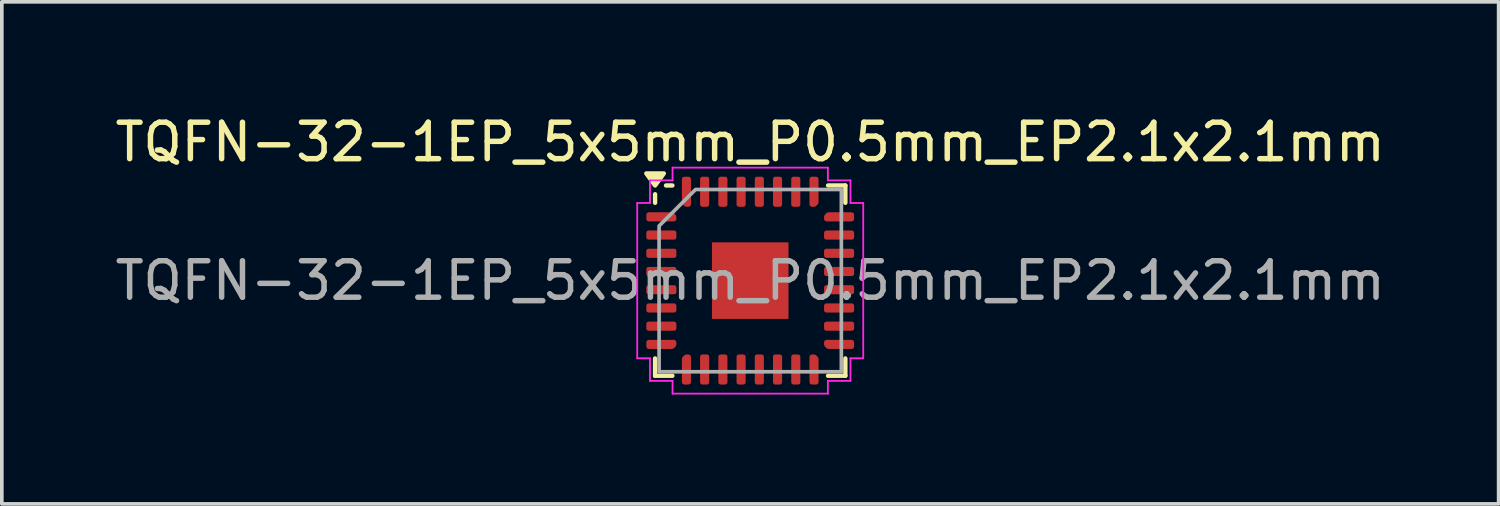
<source format=kicad_pcb>
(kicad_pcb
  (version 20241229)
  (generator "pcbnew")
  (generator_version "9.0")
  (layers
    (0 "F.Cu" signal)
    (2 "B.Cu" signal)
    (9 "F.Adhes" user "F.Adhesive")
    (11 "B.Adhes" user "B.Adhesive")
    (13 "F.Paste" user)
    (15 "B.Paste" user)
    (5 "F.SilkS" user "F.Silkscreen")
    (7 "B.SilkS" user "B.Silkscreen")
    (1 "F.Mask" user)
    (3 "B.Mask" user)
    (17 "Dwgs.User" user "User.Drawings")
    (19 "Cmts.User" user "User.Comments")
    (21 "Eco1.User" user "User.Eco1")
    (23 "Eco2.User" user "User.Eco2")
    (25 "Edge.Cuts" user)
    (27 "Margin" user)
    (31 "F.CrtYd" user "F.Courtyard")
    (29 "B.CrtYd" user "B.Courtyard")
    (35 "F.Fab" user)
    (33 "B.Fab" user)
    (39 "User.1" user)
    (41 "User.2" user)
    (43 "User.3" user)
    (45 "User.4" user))
  (footprint "TQFN-32-1EP_5x5mm_P0.5mm_EP2.1x2.1mm"
    (layer "F.Cu")
    (at 17.53 4.648)
    (property "Reference" "TQFN-32-1EP_5x5mm_P0.5mm_EP2.1x2.1mm" (at 0 -3.8 0) (layer "F.SilkS") (effects (font (size 1 1) (thickness 0.15))))
    (attr smd)
    (fp_line (start -2.61 -2.135) (end -2.61 -2.37) (stroke (width 0.12) (type solid)) (layer "F.SilkS"))
    (fp_line (start -2.61 2.61) (end -2.61 2.135) (stroke (width 0.12) (type solid)) (layer "F.SilkS"))
    (fp_line (start -2.135 -2.61) (end -2.31 -2.61) (stroke (width 0.12) (type solid)) (layer "F.SilkS"))
    (fp_line (start -2.135 2.61) (end -2.61 2.61) (stroke (width 0.12) (type solid)) (layer "F.SilkS"))
    (fp_line (start 2.135 -2.61) (end 2.61 -2.61) (stroke (width 0.12) (type solid)) (layer "F.SilkS"))
    (fp_line (start 2.135 2.61) (end 2.61 2.61) (stroke (width 0.12) (type solid)) (layer "F.SilkS"))
    (fp_line (start 2.61 -2.61) (end 2.61 -2.135) (stroke (width 0.12) (type solid)) (layer "F.SilkS"))
    (fp_line (start 2.61 2.61) (end 2.61 2.135) (stroke (width 0.12) (type solid)) (layer "F.SilkS"))
    (fp_poly (pts (xy -2.61 -2.61) (xy -2.85 -2.94) (xy -2.37 -2.94)) (stroke (width 0.12) (type solid)) (fill yes) (layer "F.SilkS"))
    (fp_line (start -3.1 -2.13) (end -2.75 -2.13) (stroke (width 0.05) (type solid)) (layer "F.CrtYd"))
    (fp_line (start -3.1 2.13) (end -3.1 -2.13) (stroke (width 0.05) (type solid)) (layer "F.CrtYd"))
    (fp_line (start -2.75 -2.75) (end -2.13 -2.75) (stroke (width 0.05) (type solid)) (layer "F.CrtYd"))
    (fp_line (start -2.75 -2.13) (end -2.75 -2.75) (stroke (width 0.05) (type solid)) (layer "F.CrtYd"))
    (fp_line (start -2.75 2.13) (end -3.1 2.13) (stroke (width 0.05) (type solid)) (layer "F.CrtYd"))
    (fp_line (start -2.75 2.75) (end -2.75 2.13) (stroke (width 0.05) (type solid)) (layer "F.CrtYd"))
    (fp_line (start -2.13 -3.1) (end 2.13 -3.1) (stroke (width 0.05) (type solid)) (layer "F.CrtYd"))
    (fp_line (start -2.13 -2.75) (end -2.13 -3.1) (stroke (width 0.05) (type solid)) (layer "F.CrtYd"))
    (fp_line (start -2.13 2.75) (end -2.75 2.75) (stroke (width 0.05) (type solid)) (layer "F.CrtYd"))
    (fp_line (start -2.13 3.1) (end -2.13 2.75) (stroke (width 0.05) (type solid)) (layer "F.CrtYd"))
    (fp_line (start 2.13 -3.1) (end 2.13 -2.75) (stroke (width 0.05) (type solid)) (layer "F.CrtYd"))
    (fp_line (start 2.13 -2.75) (end 2.75 -2.75) (stroke (width 0.05) (type solid)) (layer "F.CrtYd"))
    (fp_line (start 2.13 2.75) (end 2.13 3.1) (stroke (width 0.05) (type solid)) (layer "F.CrtYd"))
    (fp_line (start 2.13 3.1) (end -2.13 3.1) (stroke (width 0.05) (type solid)) (layer "F.CrtYd"))
    (fp_line (start 2.75 -2.75) (end 2.75 -2.13) (stroke (width 0.05) (type solid)) (layer "F.CrtYd"))
    (fp_line (start 2.75 -2.13) (end 3.1 -2.13) (stroke (width 0.05) (type solid)) (layer "F.CrtYd"))
    (fp_line (start 2.75 2.13) (end 2.75 2.75) (stroke (width 0.05) (type solid)) (layer "F.CrtYd"))
    (fp_line (start 2.75 2.75) (end 2.13 2.75) (stroke (width 0.05) (type solid)) (layer "F.CrtYd"))
    (fp_line (start 3.1 -2.13) (end 3.1 2.13) (stroke (width 0.05) (type solid)) (layer "F.CrtYd"))
    (fp_line (start 3.1 2.13) (end 2.75 2.13) (stroke (width 0.05) (type solid)) (layer "F.CrtYd"))
    (fp_poly (pts (xy -2.5 -1.5) (xy -2.5 2.5) (xy 2.5 2.5) (xy 2.5 -2.5) (xy -1.5 -2.5)) (stroke (width 0.1) (type solid)) (fill no) (layer "F.Fab"))
    (fp_text user "${REFERENCE}" (at 0 0 0) (layer "F.Fab") (effects (font (size 1 1) (thickness 0.15))))
    (pad "" smd roundrect (at -0.525 -0.525) (size 0.85 0.85) (layers "F.Paste") (roundrect_rratio 0.25))
    (pad "" smd roundrect (at -0.525 0.525) (size 0.85 0.85) (layers "F.Paste") (roundrect_rratio 0.25))
    (pad "" smd roundrect (at 0.525 -0.525) (size 0.85 0.85) (layers "F.Paste") (roundrect_rratio 0.25))
    (pad "" smd roundrect (at 0.525 0.525) (size 0.85 0.85) (layers "F.Paste") (roundrect_rratio 0.25))
    (pad "1" smd custom (at -2.438 -1.75) (size 0.186 0.186) (layers "F.Cu" "F.Mask" "F.Paste") (options (anchor circle)) (primitives (gr_poly (pts (xy -0.35 -0.062) (xy 0.297 -0.062) (xy 0.35 -0.009) (xy 0.35 0.062) (xy -0.35 0.062)) (width 0.125) (fill yes))))
    (pad "2" smd roundrect (at -2.438 -1.25) (size 0.825 0.25) (layers "F.Cu" "F.Mask" "F.Paste") (roundrect_rratio 0.25))
    (pad "3" smd roundrect (at -2.438 -0.75) (size 0.825 0.25) (layers "F.Cu" "F.Mask" "F.Paste") (roundrect_rratio 0.25))
    (pad "4" smd roundrect (at -2.438 -0.25) (size 0.825 0.25) (layers "F.Cu" "F.Mask" "F.Paste") (roundrect_rratio 0.25))
    (pad "5" smd roundrect (at -2.438 0.25) (size 0.825 0.25) (layers "F.Cu" "F.Mask" "F.Paste") (roundrect_rratio 0.25))
    (pad "6" smd roundrect (at -2.438 0.75) (size 0.825 0.25) (layers "F.Cu" "F.Mask" "F.Paste") (roundrect_rratio 0.25))
    (pad "7" smd roundrect (at -2.438 1.25) (size 0.825 0.25) (layers "F.Cu" "F.Mask" "F.Paste") (roundrect_rratio 0.25))
    (pad "8" smd custom (at -2.438 1.75) (size 0.186 0.186) (layers "F.Cu" "F.Mask" "F.Paste") (options (anchor circle)) (primitives (gr_poly (pts (xy -0.35 -0.062) (xy 0.35 -0.062) (xy 0.35 0.009) (xy 0.297 0.062) (xy -0.35 0.062)) (width 0.125) (fill yes))))
    (pad "9" smd custom (at -1.75 2.438) (size 0.186 0.186) (layers "F.Cu" "F.Mask" "F.Paste") (options (anchor circle)) (primitives (gr_poly (pts (xy -0.062 -0.297) (xy -0.009 -0.35) (xy 0.062 -0.35) (xy 0.062 0.35) (xy -0.062 0.35)) (width 0.125) (fill yes))))
    (pad "10" smd roundrect (at -1.25 2.438) (size 0.25 0.825) (layers "F.Cu" "F.Mask" "F.Paste") (roundrect_rratio 0.25))
    (pad "11" smd roundrect (at -0.75 2.438) (size 0.25 0.825) (layers "F.Cu" "F.Mask" "F.Paste") (roundrect_rratio 0.25))
    (pad "12" smd roundrect (at -0.25 2.438) (size 0.25 0.825) (layers "F.Cu" "F.Mask" "F.Paste") (roundrect_rratio 0.25))
    (pad "13" smd roundrect (at 0.25 2.438) (size 0.25 0.825) (layers "F.Cu" "F.Mask" "F.Paste") (roundrect_rratio 0.25))
    (pad "14" smd roundrect (at 0.75 2.438) (size 0.25 0.825) (layers "F.Cu" "F.Mask" "F.Paste") (roundrect_rratio 0.25))
    (pad "15" smd roundrect (at 1.25 2.438) (size 0.25 0.825) (layers "F.Cu" "F.Mask" "F.Paste") (roundrect_rratio 0.25))
    (pad "16" smd custom (at 1.75 2.438) (size 0.186 0.186) (layers "F.Cu" "F.Mask" "F.Paste") (options (anchor circle)) (primitives (gr_poly (pts (xy -0.062 -0.35) (xy 0.009 -0.35) (xy 0.062 -0.297) (xy 0.062 0.35) (xy -0.062 0.35)) (width 0.125) (fill yes))))
    (pad "17" smd custom (at 2.438 1.75) (size 0.186 0.186) (layers "F.Cu" "F.Mask" "F.Paste") (options (anchor circle)) (primitives (gr_poly (pts (xy -0.35 -0.062) (xy 0.35 -0.062) (xy 0.35 0.062) (xy -0.297 0.062) (xy -0.35 0.009)) (width 0.125) (fill yes))))
    (pad "18" smd roundrect (at 2.438 1.25) (size 0.825 0.25) (layers "F.Cu" "F.Mask" "F.Paste") (roundrect_rratio 0.25))
    (pad "19" smd roundrect (at 2.438 0.75) (size 0.825 0.25) (layers "F.Cu" "F.Mask" "F.Paste") (roundrect_rratio 0.25))
    (pad "20" smd roundrect (at 2.438 0.25) (size 0.825 0.25) (layers "F.Cu" "F.Mask" "F.Paste") (roundrect_rratio 0.25))
    (pad "21" smd roundrect (at 2.438 -0.25) (size 0.825 0.25) (layers "F.Cu" "F.Mask" "F.Paste") (roundrect_rratio 0.25))
    (pad "22" smd roundrect (at 2.438 -0.75) (size 0.825 0.25) (layers "F.Cu" "F.Mask" "F.Paste") (roundrect_rratio 0.25))
    (pad "23" smd roundrect (at 2.438 -1.25) (size 0.825 0.25) (layers "F.Cu" "F.Mask" "F.Paste") (roundrect_rratio 0.25))
    (pad "24" smd custom (at 2.438 -1.75) (size 0.186 0.186) (layers "F.Cu" "F.Mask" "F.Paste") (options (anchor circle)) (primitives (gr_poly (pts (xy -0.35 -0.009) (xy -0.297 -0.062) (xy 0.35 -0.062) (xy 0.35 0.062) (xy -0.35 0.062)) (width 0.125) (fill yes))))
    (pad "25" smd custom (at 1.75 -2.438) (size 0.186 0.186) (layers "F.Cu" "F.Mask" "F.Paste") (options (anchor circle)) (primitives (gr_poly (pts (xy -0.062 -0.35) (xy 0.062 -0.35) (xy 0.062 0.297) (xy 0.009 0.35) (xy -0.062 0.35)) (width 0.125) (fill yes))))
    (pad "26" smd roundrect (at 1.25 -2.438) (size 0.25 0.825) (layers "F.Cu" "F.Mask" "F.Paste") (roundrect_rratio 0.25))
    (pad "27" smd roundrect (at 0.75 -2.438) (size 0.25 0.825) (layers "F.Cu" "F.Mask" "F.Paste") (roundrect_rratio 0.25))
    (pad "28" smd roundrect (at 0.25 -2.438) (size 0.25 0.825) (layers "F.Cu" "F.Mask" "F.Paste") (roundrect_rratio 0.25))
    (pad "29" smd roundrect (at -0.25 -2.438) (size 0.25 0.825) (layers "F.Cu" "F.Mask" "F.Paste") (roundrect_rratio 0.25))
    (pad "30" smd roundrect (at -0.75 -2.438) (size 0.25 0.825) (layers "F.Cu" "F.Mask" "F.Paste") (roundrect_rratio 0.25))
    (pad "31" smd roundrect (at -1.25 -2.438) (size 0.25 0.825) (layers "F.Cu" "F.Mask" "F.Paste") (roundrect_rratio 0.25))
    (pad "32" smd custom (at -1.75 -2.438) (size 0.186 0.186) (layers "F.Cu" "F.Mask" "F.Paste") (options (anchor circle)) (primitives (gr_poly (pts (xy -0.062 -0.35) (xy 0.062 -0.35) (xy 0.062 0.35) (xy -0.009 0.35) (xy -0.062 0.297)) (width 0.125) (fill yes))))
    (pad "33" smd rect (at 0 0) (size 2.1 2.1) (property pad_prop_heatsink) (layers "F.Cu" "F.Mask")))
  (gr_rect
    (start -3 -3)
    (end 38.06 10.773)
    (stroke (width 0.1) (type default))
    (fill no)
    (layer "Edge.Cuts")))
</source>
